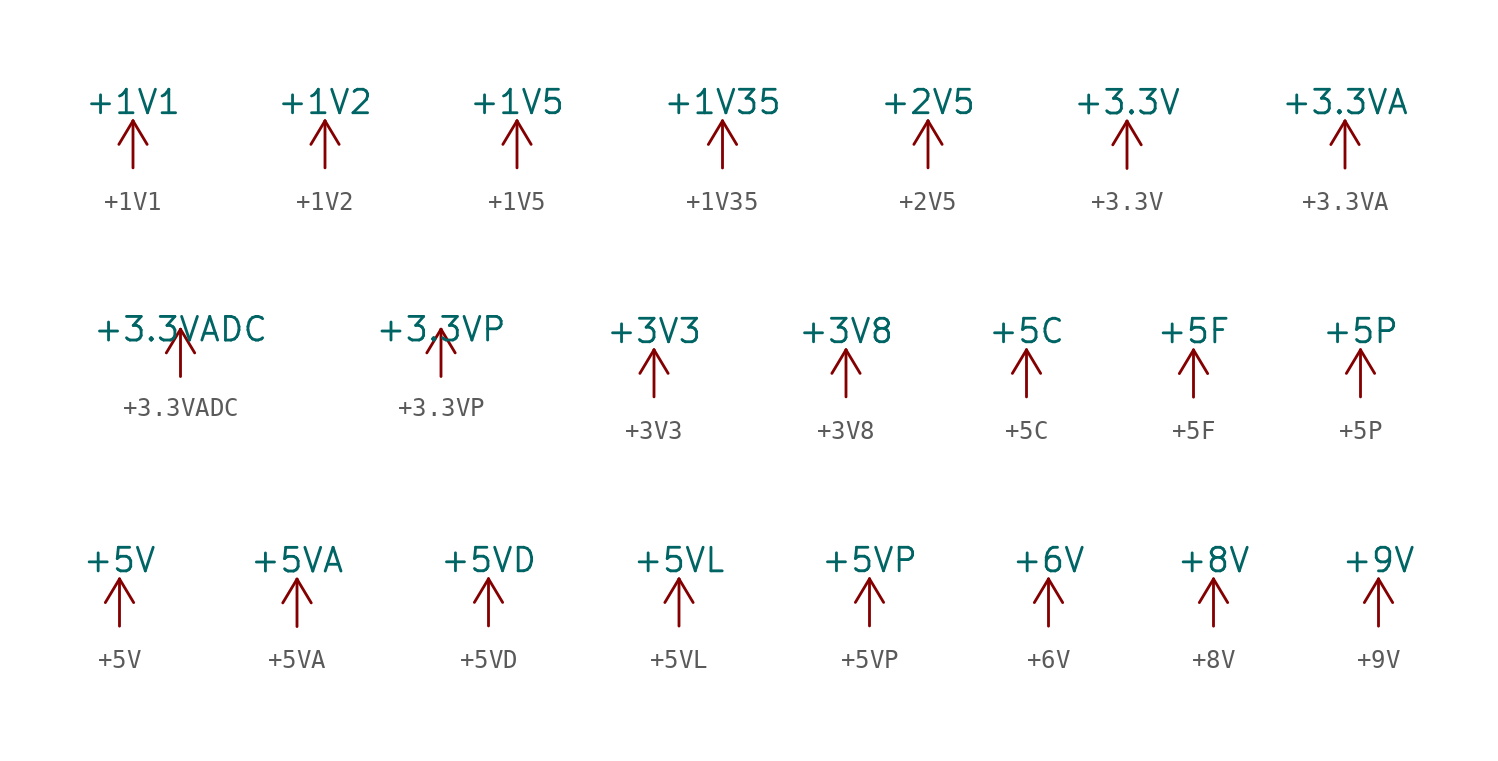
<source format=kicad_sym>
(kicad_symbol_lib
  (version 20211014)
  (generator kicad_symbol_editor)
  (symbol "+1V1"
    (power)
    (pin_names
      (offset 0))
    (property "Reference" "#PWR"
      (at 0 -3.81 0)
      (effects (font (size 1.27 1.27)) hide))
    (property "Value" "+1V1"
      (at 0 3.556 0)
      (effects (font (size 1.27 1.27))))
    (symbol "+1V1_0_1"
      (polyline (pts (xy -0.762 1.27) (xy 0 2.54)) (stroke (width 0) (type default) (color 0 0 0 0)) (fill (type none)))
      (polyline (pts (xy 0 0) (xy 0 2.54)) (stroke (width 0) (type default) (color 0 0 0 0)) (fill (type none)))
      (polyline (pts (xy 0 2.54) (xy 0.762 1.27)) (stroke (width 0) (type default) (color 0 0 0 0)) (fill (type none))))
    (symbol "+1V1_1_1"
      (pin power_in line (at 0 0 90) (length 0) hide (name "+1V1" (effects (font (size 1.27 1.27)))) (number "1" (effects (font (size 1.27 1.27)))))))
  (symbol "+1V2"
    (power)
    (pin_names
      (offset 0))
    (property "Reference" "#PWR"
      (at 0 -3.81 0)
      (effects (font (size 1.27 1.27)) hide))
    (property "Value" "+1V2"
      (at 0 3.556 0)
      (effects (font (size 1.27 1.27))))
    (symbol "+1V2_0_1"
      (polyline (pts (xy -0.762 1.27) (xy 0 2.54)) (stroke (width 0) (type default) (color 0 0 0 0)) (fill (type none)))
      (polyline (pts (xy 0 0) (xy 0 2.54)) (stroke (width 0) (type default) (color 0 0 0 0)) (fill (type none)))
      (polyline (pts (xy 0 2.54) (xy 0.762 1.27)) (stroke (width 0) (type default) (color 0 0 0 0)) (fill (type none))))
    (symbol "+1V2_1_1"
      (pin power_in line (at 0 0 90) (length 0) hide (name "+1V2" (effects (font (size 1.27 1.27)))) (number "1" (effects (font (size 1.27 1.27)))))))
  (symbol "+1V5"
    (power)
    (pin_names
      (offset 0))
    (property "Reference" "#PWR"
      (at 0 -3.81 0)
      (effects (font (size 1.27 1.27)) hide))
    (property "Value" "+1V5"
      (at 0 3.556 0)
      (effects (font (size 1.27 1.27))))
    (symbol "+1V5_0_1"
      (polyline (pts (xy -0.762 1.27) (xy 0 2.54)) (stroke (width 0) (type default) (color 0 0 0 0)) (fill (type none)))
      (polyline (pts (xy 0 0) (xy 0 2.54)) (stroke (width 0) (type default) (color 0 0 0 0)) (fill (type none)))
      (polyline (pts (xy 0 2.54) (xy 0.762 1.27)) (stroke (width 0) (type default) (color 0 0 0 0)) (fill (type none))))
    (symbol "+1V5_1_1"
      (pin power_in line (at 0 0 90) (length 0) hide (name "+1V5" (effects (font (size 1.27 1.27)))) (number "1" (effects (font (size 1.27 1.27)))))))
  (symbol "+1V35"
    (power)
    (pin_names
      (offset 0))
    (property "Reference" "#PWR"
      (at 0 -3.81 0)
      (effects (font (size 1.27 1.27)) hide))
    (property "Value" "+1V35"
      (at 0 3.556 0)
      (effects (font (size 1.27 1.27))))
    (symbol "+1V35_0_1"
      (polyline (pts (xy -0.762 1.27) (xy 0 2.54)) (stroke (width 0) (type default) (color 0 0 0 0)) (fill (type none)))
      (polyline (pts (xy 0 0) (xy 0 2.54)) (stroke (width 0) (type default) (color 0 0 0 0)) (fill (type none)))
      (polyline (pts (xy 0 2.54) (xy 0.762 1.27)) (stroke (width 0) (type default) (color 0 0 0 0)) (fill (type none))))
    (symbol "+1V35_1_1"
      (pin power_in line (at 0 0 90) (length 0) hide (name "+1V35" (effects (font (size 1.27 1.27)))) (number "1" (effects (font (size 1.27 1.27)))))))
  (symbol "+2V5"
    (power)
    (pin_names
      (offset 0))
    (property "Reference" "#PWR"
      (at 0 -3.81 0)
      (effects (font (size 1.27 1.27)) hide))
    (property "Value" "+2V5"
      (at 0 3.556 0)
      (effects (font (size 1.27 1.27))))
    (symbol "+2V5_0_1"
      (polyline (pts (xy -0.762 1.27) (xy 0 2.54)) (stroke (width 0) (type default) (color 0 0 0 0)) (fill (type none)))
      (polyline (pts (xy 0 0) (xy 0 2.54)) (stroke (width 0) (type default) (color 0 0 0 0)) (fill (type none)))
      (polyline (pts (xy 0 2.54) (xy 0.762 1.27)) (stroke (width 0) (type default) (color 0 0 0 0)) (fill (type none))))
    (symbol "+2V5_1_1"
      (pin power_in line (at 0 0 90) (length 0) hide (name "+2V5" (effects (font (size 1.27 1.27)))) (number "1" (effects (font (size 1.27 1.27)))))))
  (symbol "+3.3V"
    (power)
    (pin_names
      (offset 0))
    (property "Reference" "#PWR"
      (at 0 -3.81 0)
      (effects (font (size 1.27 1.27)) hide))
    (property "Value" "+3.3V"
      (at 0 3.556 0)
      (effects (font (size 1.27 1.27))))
    (symbol "+3.3V_0_1"
      (polyline (pts (xy -0.762 1.27) (xy 0 2.54)) (stroke (width 0) (type default) (color 0 0 0 0)) (fill (type none)))
      (polyline (pts (xy 0 0) (xy 0 2.54)) (stroke (width 0) (type default) (color 0 0 0 0)) (fill (type none)))
      (polyline (pts (xy 0 2.54) (xy 0.762 1.27)) (stroke (width 0) (type default) (color 0 0 0 0)) (fill (type none))))
    (symbol "+3.3V_1_1"
      (pin power_in line (at 0 0 90) (length 0) hide (name "+3.3V" (effects (font (size 1.27 1.27)))) (number "1" (effects (font (size 1.27 1.27)))))))
  (symbol "+3.3VA"
    (power)
    (pin_names
      (offset 0))
    (property "Reference" "#PWR"
      (at 0 -3.81 0)
      (effects (font (size 1.27 1.27)) hide))
    (property "Value" "+3.3VA"
      (at 0 3.556 0)
      (effects (font (size 1.27 1.27))))
    (symbol "+3.3VA_0_1"
      (polyline (pts (xy -0.762 1.27) (xy 0 2.54)) (stroke (width 0) (type default) (color 0 0 0 0)) (fill (type none)))
      (polyline (pts (xy 0 0) (xy 0 2.54)) (stroke (width 0) (type default) (color 0 0 0 0)) (fill (type none)))
      (polyline (pts (xy 0 2.54) (xy 0.762 1.27)) (stroke (width 0) (type default) (color 0 0 0 0)) (fill (type none))))
    (symbol "+3.3VA_1_1"
      (pin power_in line (at 0 0 90) (length 0) hide (name "+3.3VA" (effects (font (size 1.27 1.27)))) (number "1" (effects (font (size 1.27 1.27)))))))
  (symbol "+3.3VADC"
    (power)
    (pin_names
      (offset 0))
    (property "Reference" "#PWR"
      (at 3.81 -1.27 0)
      (effects (font (size 1.27 1.27)) hide))
    (property "Value" "+3.3VADC"
      (at 0 2.54 0)
      (effects (font (size 1.27 1.27))))
    (symbol "+3.3VADC_0_0"
      (pin power_in line (at 0 0 90) (length 0) hide (name "+3.3VADC" (effects (font (size 1.27 1.27)))) (number "1" (effects (font (size 1.27 1.27))))))
    (symbol "+3.3VADC_0_1"
      (polyline (pts (xy -0.762 1.27) (xy 0 2.54)) (stroke (width 0) (type default) (color 0 0 0 0)) (fill (type none)))
      (polyline (pts (xy 0 0) (xy 0 2.54)) (stroke (width 0) (type default) (color 0 0 0 0)) (fill (type none)))
      (polyline (pts (xy 0 2.54) (xy 0.762 1.27)) (stroke (width 0) (type default) (color 0 0 0 0)) (fill (type none)))))
  (symbol "+3.3VP"
    (power)
    (pin_names
      (offset 0))
    (property "Reference" "#PWR"
      (at 3.81 -1.27 0)
      (effects (font (size 1.27 1.27)) hide))
    (property "Value" "+3.3VP"
      (at 0 2.54 0)
      (effects (font (size 1.27 1.27))))
    (symbol "+3.3VP_0_0"
      (pin power_in line (at 0 0 90) (length 0) hide (name "+3.3VP" (effects (font (size 1.27 1.27)))) (number "1" (effects (font (size 1.27 1.27))))))
    (symbol "+3.3VP_0_1"
      (polyline (pts (xy -0.762 1.27) (xy 0 2.54)) (stroke (width 0) (type default) (color 0 0 0 0)) (fill (type none)))
      (polyline (pts (xy 0 0) (xy 0 2.54)) (stroke (width 0) (type default) (color 0 0 0 0)) (fill (type none)))
      (polyline (pts (xy 0 2.54) (xy 0.762 1.27)) (stroke (width 0) (type default) (color 0 0 0 0)) (fill (type none)))))
  (symbol "+3V3"
    (power)
    (pin_names
      (offset 0))
    (property "Reference" "#PWR"
      (at 0 -3.81 0)
      (effects (font (size 1.27 1.27)) hide))
    (property "Value" "+3V3"
      (at 0 3.556 0)
      (effects (font (size 1.27 1.27))))
    (symbol "+3V3_0_1"
      (polyline (pts (xy -0.762 1.27) (xy 0 2.54)) (stroke (width 0) (type default) (color 0 0 0 0)) (fill (type none)))
      (polyline (pts (xy 0 0) (xy 0 2.54)) (stroke (width 0) (type default) (color 0 0 0 0)) (fill (type none)))
      (polyline (pts (xy 0 2.54) (xy 0.762 1.27)) (stroke (width 0) (type default) (color 0 0 0 0)) (fill (type none))))
    (symbol "+3V3_1_1"
      (pin power_in line (at 0 0 90) (length 0) hide (name "+3V3" (effects (font (size 1.27 1.27)))) (number "1" (effects (font (size 1.27 1.27)))))))
  (symbol "+3V8"
    (power)
    (pin_names
      (offset 0))
    (property "Reference" "#PWR"
      (at 0 -3.81 0)
      (effects (font (size 1.27 1.27)) hide))
    (property "Value" "+3V8"
      (at 0 3.556 0)
      (effects (font (size 1.27 1.27))))
    (symbol "+3V8_0_1"
      (polyline (pts (xy -0.762 1.27) (xy 0 2.54)) (stroke (width 0) (type default) (color 0 0 0 0)) (fill (type none)))
      (polyline (pts (xy 0 0) (xy 0 2.54)) (stroke (width 0) (type default) (color 0 0 0 0)) (fill (type none)))
      (polyline (pts (xy 0 2.54) (xy 0.762 1.27)) (stroke (width 0) (type default) (color 0 0 0 0)) (fill (type none))))
    (symbol "+3V8_1_1"
      (pin power_in line (at 0 0 90) (length 0) hide (name "+3V8" (effects (font (size 1.27 1.27)))) (number "1" (effects (font (size 1.27 1.27)))))))
  (symbol "+5C"
    (power)
    (pin_names
      (offset 0))
    (property "Reference" "#PWR"
      (at 0 -3.81 0)
      (effects (font (size 1.27 1.27)) hide))
    (property "Value" "+5C"
      (at 0 3.556 0)
      (effects (font (size 1.27 1.27))))
    (symbol "+5C_0_1"
      (polyline (pts (xy -0.762 1.27) (xy 0 2.54)) (stroke (width 0) (type default) (color 0 0 0 0)) (fill (type none)))
      (polyline (pts (xy 0 0) (xy 0 2.54)) (stroke (width 0) (type default) (color 0 0 0 0)) (fill (type none)))
      (polyline (pts (xy 0 2.54) (xy 0.762 1.27)) (stroke (width 0) (type default) (color 0 0 0 0)) (fill (type none))))
    (symbol "+5C_1_1"
      (pin power_in line (at 0 0 90) (length 0) hide (name "+5C" (effects (font (size 1.27 1.27)))) (number "1" (effects (font (size 1.27 1.27)))))))
  (symbol "+5F"
    (power)
    (pin_names
      (offset 0))
    (property "Reference" "#PWR"
      (at 0 -3.81 0)
      (effects (font (size 1.27 1.27)) hide))
    (property "Value" "+5F"
      (at 0 3.556 0)
      (effects (font (size 1.27 1.27))))
    (symbol "+5F_0_1"
      (polyline (pts (xy -0.762 1.27) (xy 0 2.54)) (stroke (width 0) (type default) (color 0 0 0 0)) (fill (type none)))
      (polyline (pts (xy 0 0) (xy 0 2.54)) (stroke (width 0) (type default) (color 0 0 0 0)) (fill (type none)))
      (polyline (pts (xy 0 2.54) (xy 0.762 1.27)) (stroke (width 0) (type default) (color 0 0 0 0)) (fill (type none))))
    (symbol "+5F_1_1"
      (pin power_in line (at 0 0 90) (length 0) hide (name "+5F" (effects (font (size 1.27 1.27)))) (number "1" (effects (font (size 1.27 1.27)))))))
  (symbol "+5P"
    (power)
    (pin_names
      (offset 0))
    (property "Reference" "#PWR"
      (at 0 -3.81 0)
      (effects (font (size 1.27 1.27)) hide))
    (property "Value" "+5P"
      (at 0 3.556 0)
      (effects (font (size 1.27 1.27))))
    (symbol "+5P_0_1"
      (polyline (pts (xy -0.762 1.27) (xy 0 2.54)) (stroke (width 0) (type default) (color 0 0 0 0)) (fill (type none)))
      (polyline (pts (xy 0 0) (xy 0 2.54)) (stroke (width 0) (type default) (color 0 0 0 0)) (fill (type none)))
      (polyline (pts (xy 0 2.54) (xy 0.762 1.27)) (stroke (width 0) (type default) (color 0 0 0 0)) (fill (type none))))
    (symbol "+5P_1_1"
      (pin power_in line (at 0 0 90) (length 0) hide (name "+5P" (effects (font (size 1.27 1.27)))) (number "1" (effects (font (size 1.27 1.27)))))))
  (symbol "+5V"
    (power)
    (pin_names
      (offset 0))
    (property "Reference" "#PWR"
      (at 0 -3.81 0)
      (effects (font (size 1.27 1.27)) hide))
    (property "Value" "+5V"
      (at 0 3.556 0)
      (effects (font (size 1.27 1.27))))
    (symbol "+5V_0_1"
      (polyline (pts (xy -0.762 1.27) (xy 0 2.54)) (stroke (width 0) (type default) (color 0 0 0 0)) (fill (type none)))
      (polyline (pts (xy 0 0) (xy 0 2.54)) (stroke (width 0) (type default) (color 0 0 0 0)) (fill (type none)))
      (polyline (pts (xy 0 2.54) (xy 0.762 1.27)) (stroke (width 0) (type default) (color 0 0 0 0)) (fill (type none))))
    (symbol "+5V_1_1"
      (pin power_in line (at 0 0 90) (length 0) hide (name "+5V" (effects (font (size 1.27 1.27)))) (number "1" (effects (font (size 1.27 1.27)))))))
  (symbol "+5VA"
    (power)
    (pin_names
      (offset 0))
    (property "Reference" "#PWR"
      (at 0 -3.81 0)
      (effects (font (size 1.27 1.27)) hide))
    (property "Value" "+5VA"
      (at 0 3.556 0)
      (effects (font (size 1.27 1.27))))
    (symbol "+5VA_0_1"
      (polyline (pts (xy -0.762 1.27) (xy 0 2.54)) (stroke (width 0) (type default) (color 0 0 0 0)) (fill (type none)))
      (polyline (pts (xy 0 0) (xy 0 2.54)) (stroke (width 0) (type default) (color 0 0 0 0)) (fill (type none)))
      (polyline (pts (xy 0 2.54) (xy 0.762 1.27)) (stroke (width 0) (type default) (color 0 0 0 0)) (fill (type none))))
    (symbol "+5VA_1_1"
      (pin power_in line (at 0 0 90) (length 0) hide (name "+5VA" (effects (font (size 1.27 1.27)))) (number "1" (effects (font (size 1.27 1.27)))))))
  (symbol "+5VD"
    (power)
    (pin_names
      (offset 0))
    (property "Reference" "#PWR"
      (at 0 -3.81 0)
      (effects (font (size 1.27 1.27)) hide))
    (property "Value" "+5VD"
      (at 0 3.556 0)
      (effects (font (size 1.27 1.27))))
    (symbol "+5VD_0_1"
      (polyline (pts (xy -0.762 1.27) (xy 0 2.54)) (stroke (width 0) (type default) (color 0 0 0 0)) (fill (type none)))
      (polyline (pts (xy 0 0) (xy 0 2.54)) (stroke (width 0) (type default) (color 0 0 0 0)) (fill (type none)))
      (polyline (pts (xy 0 2.54) (xy 0.762 1.27)) (stroke (width 0) (type default) (color 0 0 0 0)) (fill (type none))))
    (symbol "+5VD_1_1"
      (pin power_in line (at 0 0 90) (length 0) hide (name "+5VD" (effects (font (size 1.27 1.27)))) (number "1" (effects (font (size 1.27 1.27)))))))
  (symbol "+5VL"
    (power)
    (pin_names
      (offset 0))
    (property "Reference" "#PWR"
      (at 0 -3.81 0)
      (effects (font (size 1.27 1.27)) hide))
    (property "Value" "+5VL"
      (at 0 3.556 0)
      (effects (font (size 1.27 1.27))))
    (symbol "+5VL_0_1"
      (polyline (pts (xy -0.762 1.27) (xy 0 2.54)) (stroke (width 0) (type default) (color 0 0 0 0)) (fill (type none)))
      (polyline (pts (xy 0 0) (xy 0 2.54)) (stroke (width 0) (type default) (color 0 0 0 0)) (fill (type none)))
      (polyline (pts (xy 0 2.54) (xy 0.762 1.27)) (stroke (width 0) (type default) (color 0 0 0 0)) (fill (type none))))
    (symbol "+5VL_1_1"
      (pin power_in line (at 0 0 90) (length 0) hide (name "+5VL" (effects (font (size 1.27 1.27)))) (number "1" (effects (font (size 1.27 1.27)))))))
  (symbol "+5VP"
    (power)
    (pin_names
      (offset 0))
    (property "Reference" "#PWR"
      (at 0 -3.81 0)
      (effects (font (size 1.27 1.27)) hide))
    (property "Value" "+5VP"
      (at 0 3.556 0)
      (effects (font (size 1.27 1.27))))
    (symbol "+5VP_0_1"
      (polyline (pts (xy -0.762 1.27) (xy 0 2.54)) (stroke (width 0) (type default) (color 0 0 0 0)) (fill (type none)))
      (polyline (pts (xy 0 0) (xy 0 2.54)) (stroke (width 0) (type default) (color 0 0 0 0)) (fill (type none)))
      (polyline (pts (xy 0 2.54) (xy 0.762 1.27)) (stroke (width 0) (type default) (color 0 0 0 0)) (fill (type none))))
    (symbol "+5VP_1_1"
      (pin power_in line (at 0 0 90) (length 0) hide (name "+5VP" (effects (font (size 1.27 1.27)))) (number "1" (effects (font (size 1.27 1.27)))))))
  (symbol "+6V"
    (power)
    (pin_names
      (offset 0))
    (property "Reference" "#PWR"
      (at 0 -3.81 0)
      (effects (font (size 1.27 1.27)) hide))
    (property "Value" "+6V"
      (at 0 3.556 0)
      (effects (font (size 1.27 1.27))))
    (symbol "+6V_0_1"
      (polyline (pts (xy -0.762 1.27) (xy 0 2.54)) (stroke (width 0) (type default) (color 0 0 0 0)) (fill (type none)))
      (polyline (pts (xy 0 0) (xy 0 2.54)) (stroke (width 0) (type default) (color 0 0 0 0)) (fill (type none)))
      (polyline (pts (xy 0 2.54) (xy 0.762 1.27)) (stroke (width 0) (type default) (color 0 0 0 0)) (fill (type none))))
    (symbol "+6V_1_1"
      (pin power_in line (at 0 0 90) (length 0) hide (name "+6V" (effects (font (size 1.27 1.27)))) (number "1" (effects (font (size 1.27 1.27)))))))
  (symbol "+8V"
    (power)
    (pin_names
      (offset 0))
    (property "Reference" "#PWR"
      (at 0 -3.81 0)
      (effects (font (size 1.27 1.27)) hide))
    (property "Value" "+8V"
      (at 0 3.556 0)
      (effects (font (size 1.27 1.27))))
    (symbol "+8V_0_1"
      (polyline (pts (xy -0.762 1.27) (xy 0 2.54)) (stroke (width 0) (type default) (color 0 0 0 0)) (fill (type none)))
      (polyline (pts (xy 0 0) (xy 0 2.54)) (stroke (width 0) (type default) (color 0 0 0 0)) (fill (type none)))
      (polyline (pts (xy 0 2.54) (xy 0.762 1.27)) (stroke (width 0) (type default) (color 0 0 0 0)) (fill (type none))))
    (symbol "+8V_1_1"
      (pin power_in line (at 0 0 90) (length 0) hide (name "+8V" (effects (font (size 1.27 1.27)))) (number "1" (effects (font (size 1.27 1.27)))))))
  (symbol "+9V"
    (power)
    (pin_names
      (offset 0))
    (property "Reference" "#PWR"
      (at 0 -3.81 0)
      (effects (font (size 1.27 1.27)) hide))
    (property "Value" "+9V"
      (at 0 3.556 0)
      (effects (font (size 1.27 1.27))))
    (symbol "+9V_0_1"
      (polyline (pts (xy -0.762 1.27) (xy 0 2.54)) (stroke (width 0) (type default) (color 0 0 0 0)) (fill (type none)))
      (polyline (pts (xy 0 0) (xy 0 2.54)) (stroke (width 0) (type default) (color 0 0 0 0)) (fill (type none)))
      (polyline (pts (xy 0 2.54) (xy 0.762 1.27)) (stroke (width 0) (type default) (color 0 0 0 0)) (fill (type none))))
    (symbol "+9V_1_1"
      (pin power_in line (at 0 0 90) (length 0) hide (name "+9V" (effects (font (size 1.27 1.27)))) (number "1" (effects (font (size 1.27 1.27))))))))
</source>
